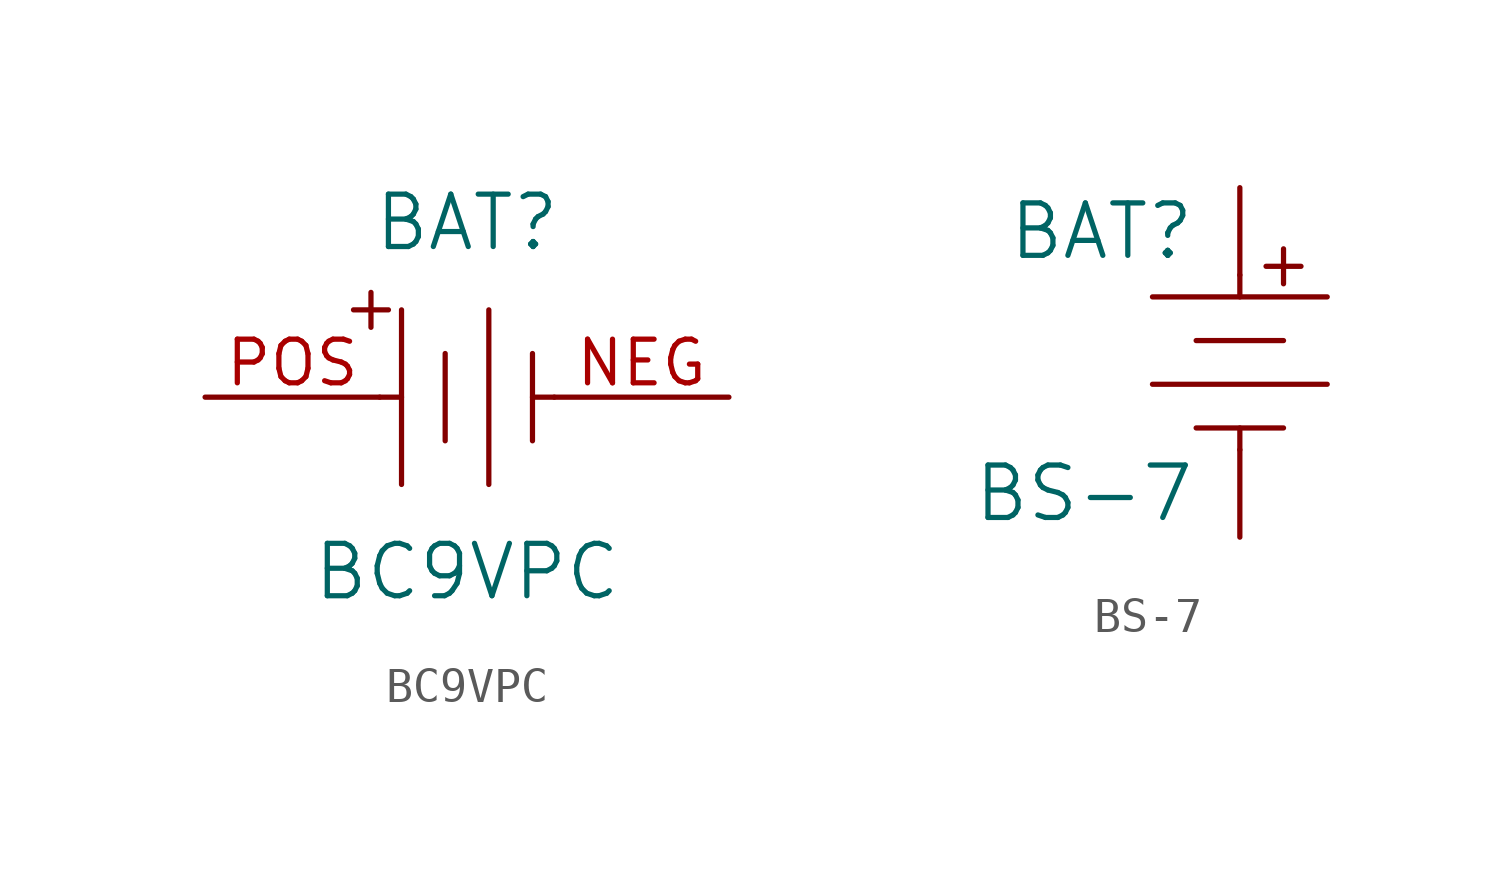
<source format=kicad_sym>
(kicad_symbol_lib
  (version 20211014)
  (generator kicad_symbol_editor)
  (symbol "BC9VPC"
    (pin_names
      (offset 1.016))
    (property "Reference" "BAT"
      (at 0 5.08 0)
      (effects (font (size 1.524 1.524))))
    (property "Value" "BC9VPC"
      (at 0 -5.08 0)
      (effects (font (size 1.524 1.524))))
    (symbol "BC9VPC_1_1"
      (polyline (pts (xy -2.794 3.048) (xy -2.794 2.032)) (stroke (width 0) (type default) (color 0 0 0 0)) (fill (type none)))
      (polyline (pts (xy -2.286 2.54) (xy -3.302 2.54)) (stroke (width 0) (type default) (color 0 0 0 0)) (fill (type none)))
      (polyline (pts (xy -1.905 0) (xy -2.54 0)) (stroke (width 0) (type default) (color 0 0 0 0)) (fill (type none)))
      (polyline (pts (xy -1.905 2.54) (xy -1.905 -2.54)) (stroke (width 0) (type default) (color 0 0 0 0)) (fill (type none)))
      (polyline (pts (xy -0.635 1.27) (xy -0.635 -1.27)) (stroke (width 0) (type default) (color 0 0 0 0)) (fill (type none)))
      (polyline (pts (xy 0.635 2.54) (xy 0.635 -2.54)) (stroke (width 0) (type default) (color 0 0 0 0)) (fill (type none)))
      (polyline (pts (xy 1.905 1.27) (xy 1.905 -1.27)) (stroke (width 0) (type default) (color 0 0 0 0)) (fill (type none)))
      (polyline (pts (xy 2.54 0) (xy 1.905 0)) (stroke (width 0) (type default) (color 0 0 0 0)) (fill (type none)))
      (pin power_in line (at 7.62 0 180) (length 5.08) (name "~" (effects (font (size 1.27 1.27)))) (number "NEG" (effects (font (size 1.27 1.27)))))
      (pin power_in line (at -7.62 0 0) (length 5.08) (name "~" (effects (font (size 1.27 1.27)))) (number "POS" (effects (font (size 1.27 1.27)))))))
  (symbol "BS-7"
    (pin_numbers hide)
    (pin_names
      (offset 1.016))
    (property "Reference" "BAT"
      (at -1.27 3.81 0)
      (effects (font (size 1.524 1.524)) (justify right)))
    (property "Value" "BS-7"
      (at -1.27 -3.81 0)
      (effects (font (size 1.524 1.524)) (justify right)))
    (symbol "BS-7_1_1"
      (polyline (pts (xy 0 -2.54) (xy 0 -1.905)) (stroke (width 0) (type default) (color 0 0 0 0)) (fill (type none)))
      (polyline (pts (xy 0 1.905) (xy 0 2.54)) (stroke (width 0) (type default) (color 0 0 0 0)) (fill (type none)))
      (polyline (pts (xy 1.27 -1.905) (xy -1.27 -1.905)) (stroke (width 0) (type default) (color 0 0 0 0)) (fill (type none)))
      (polyline (pts (xy 1.27 0.635) (xy -1.27 0.635)) (stroke (width 0) (type default) (color 0 0 0 0)) (fill (type none)))
      (polyline (pts (xy 1.27 2.286) (xy 1.27 3.302)) (stroke (width 0) (type default) (color 0 0 0 0)) (fill (type none)))
      (polyline (pts (xy 1.778 2.794) (xy 0.762 2.794)) (stroke (width 0) (type default) (color 0 0 0 0)) (fill (type none)))
      (polyline (pts (xy 2.54 -0.635) (xy -2.54 -0.635)) (stroke (width 0) (type default) (color 0 0 0 0)) (fill (type none)))
      (polyline (pts (xy 2.54 1.905) (xy -2.54 1.905)) (stroke (width 0) (type default) (color 0 0 0 0)) (fill (type none)))
      (pin power_out line (at 0 -5.08 90) (length 2.54) (name "~" (effects (font (size 1.27 1.27)))) (number "Neg" (effects (font (size 1.27 1.27)))))
      (pin power_out line (at 0 5.08 270) (length 2.54) (name "~" (effects (font (size 1.27 1.27)))) (number "Pos" (effects (font (size 1.27 1.27))))))))
</source>
